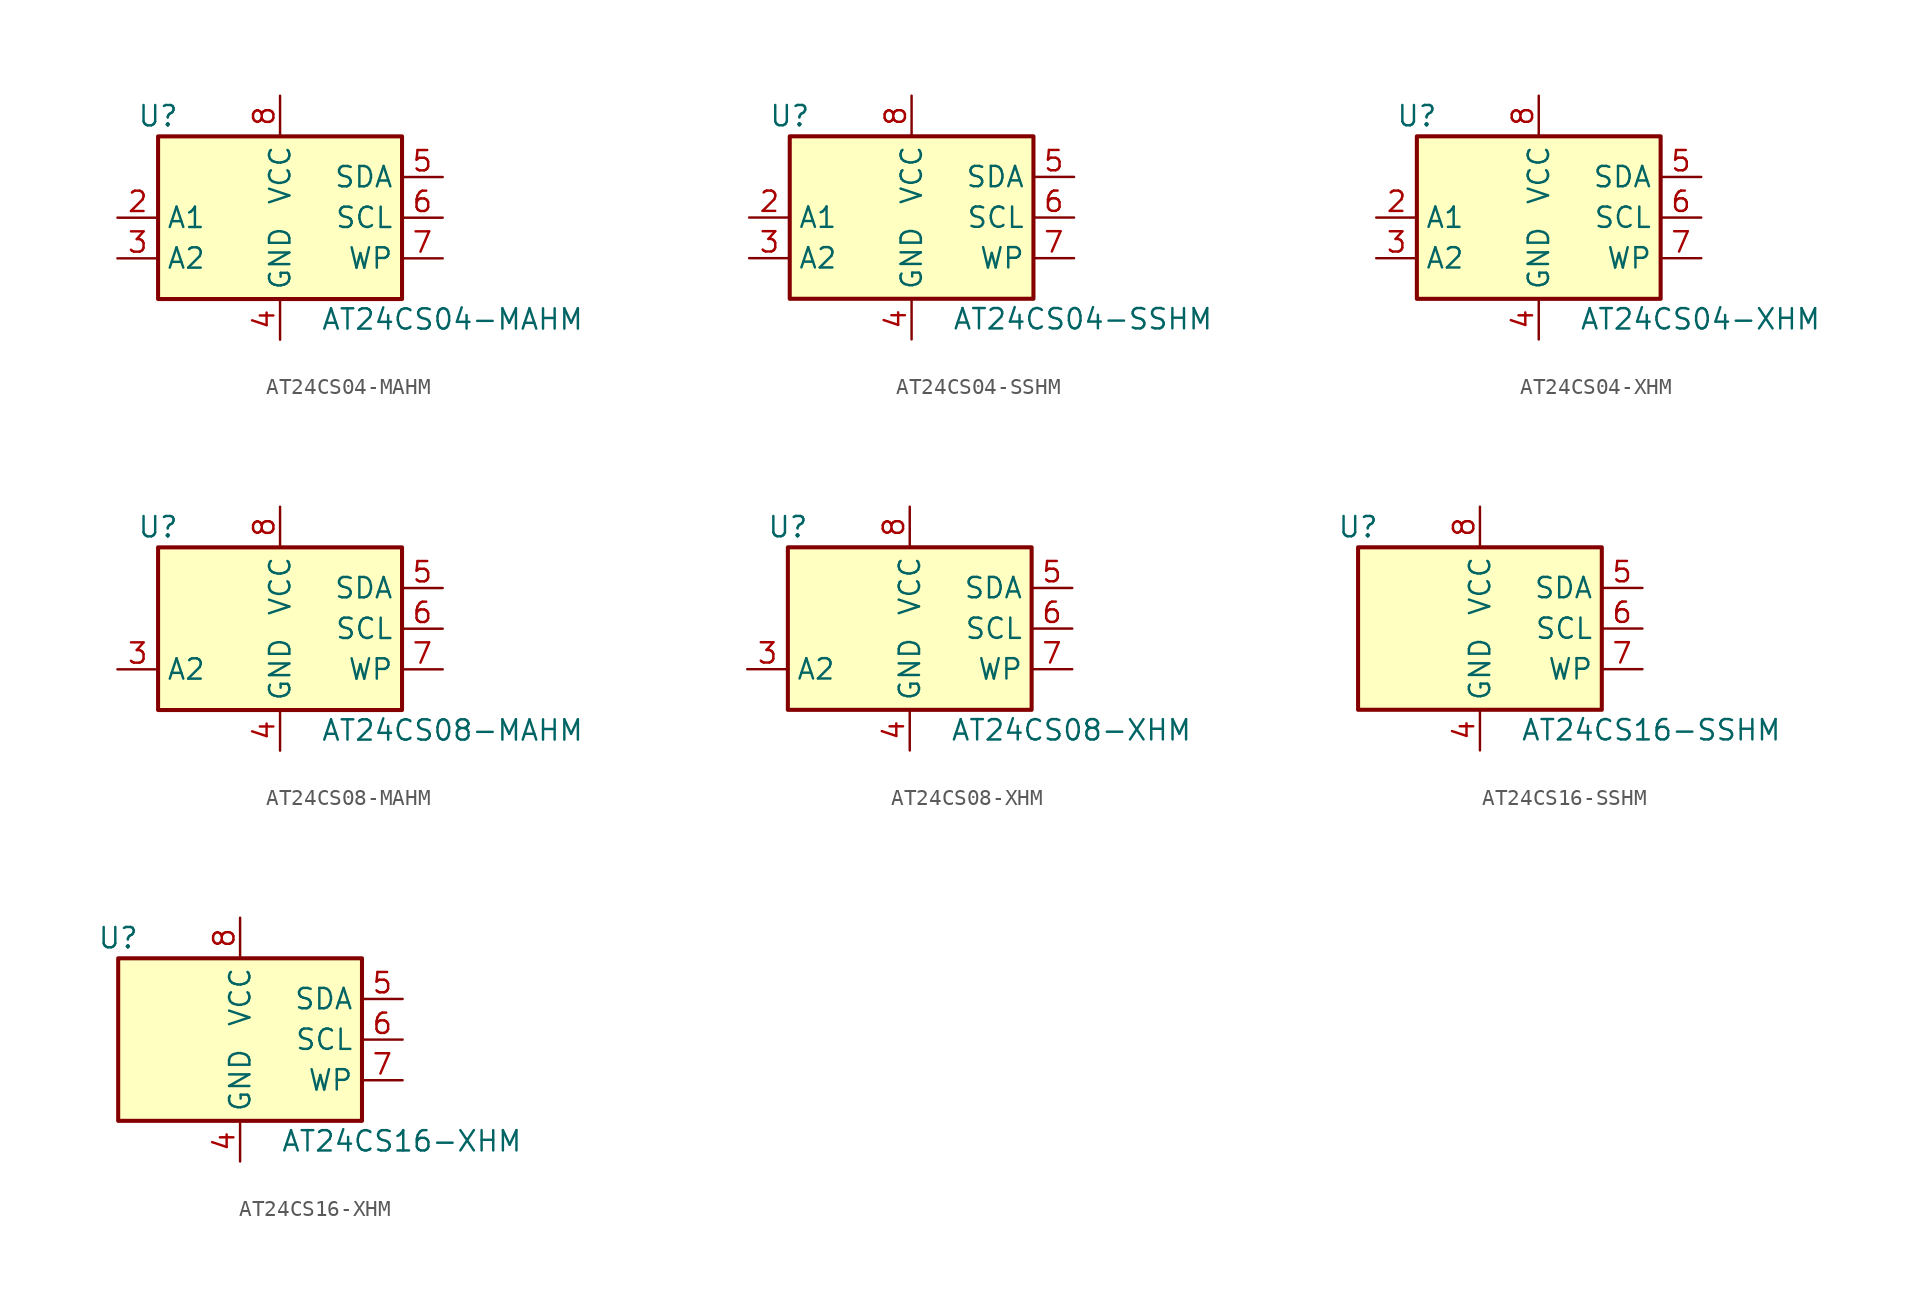
<source format=kicad_sym>
(kicad_symbol_lib
  (version 20211014)
  (generator kicad_symbol_editor)
  (symbol "AT24CS04-MAHM"
    (property "Reference" "U"
      (at -7.62 6.35 0)
      (effects (font (size 1.27 1.27))))
    (property "Value" "AT24CS04-MAHM"
      (at 2.54 -6.35 0)
      (effects (font (size 1.27 1.27)) (justify left)))
    (symbol "AT24CS04-MAHM_1_1"
      (rectangle (start -7.62 5.08) (end 7.62 -5.08) (stroke (width 0.254) (type default) (color 0 0 0 0)) (fill (type background)))
      (pin no_connect line (at -7.62 2.54 0) (length 2.54) hide (name "NC" (effects (font (size 1.27 1.27)))) (number "1" (effects (font (size 1.27 1.27)))))
      (pin input line (at -10.16 0 0) (length 2.54) (name "A1" (effects (font (size 1.27 1.27)))) (number "2" (effects (font (size 1.27 1.27)))))
      (pin input line (at -10.16 -2.54 0) (length 2.54) (name "A2" (effects (font (size 1.27 1.27)))) (number "3" (effects (font (size 1.27 1.27)))))
      (pin power_in line (at 0 -7.62 90) (length 2.54) (name "GND" (effects (font (size 1.27 1.27)))) (number "4" (effects (font (size 1.27 1.27)))))
      (pin bidirectional line (at 10.16 2.54 180) (length 2.54) (name "SDA" (effects (font (size 1.27 1.27)))) (number "5" (effects (font (size 1.27 1.27)))))
      (pin input line (at 10.16 0 180) (length 2.54) (name "SCL" (effects (font (size 1.27 1.27)))) (number "6" (effects (font (size 1.27 1.27)))))
      (pin input line (at 10.16 -2.54 180) (length 2.54) (name "WP" (effects (font (size 1.27 1.27)))) (number "7" (effects (font (size 1.27 1.27)))))
      (pin power_in line (at 0 7.62 270) (length 2.54) (name "VCC" (effects (font (size 1.27 1.27)))) (number "8" (effects (font (size 1.27 1.27)))))
      (pin no_connect line (at -2.54 -5.08 90) (length 2.54) hide (name "NC" (effects (font (size 1.27 1.27)))) (number "9" (effects (font (size 1.27 1.27)))))))
  (symbol "AT24CS04-SSHM"
    (property "Reference" "U"
      (at -7.62 6.35 0)
      (effects (font (size 1.27 1.27))))
    (property "Value" "AT24CS04-SSHM"
      (at 2.54 -6.35 0)
      (effects (font (size 1.27 1.27)) (justify left)))
    (symbol "AT24CS04-SSHM_1_1"
      (rectangle (start -7.62 5.08) (end 7.62 -5.08) (stroke (width 0.254) (type default) (color 0 0 0 0)) (fill (type background)))
      (pin no_connect line (at -7.62 2.54 0) (length 2.54) hide (name "NC" (effects (font (size 1.27 1.27)))) (number "1" (effects (font (size 1.27 1.27)))))
      (pin input line (at -10.16 0 0) (length 2.54) (name "A1" (effects (font (size 1.27 1.27)))) (number "2" (effects (font (size 1.27 1.27)))))
      (pin input line (at -10.16 -2.54 0) (length 2.54) (name "A2" (effects (font (size 1.27 1.27)))) (number "3" (effects (font (size 1.27 1.27)))))
      (pin power_in line (at 0 -7.62 90) (length 2.54) (name "GND" (effects (font (size 1.27 1.27)))) (number "4" (effects (font (size 1.27 1.27)))))
      (pin bidirectional line (at 10.16 2.54 180) (length 2.54) (name "SDA" (effects (font (size 1.27 1.27)))) (number "5" (effects (font (size 1.27 1.27)))))
      (pin input line (at 10.16 0 180) (length 2.54) (name "SCL" (effects (font (size 1.27 1.27)))) (number "6" (effects (font (size 1.27 1.27)))))
      (pin input line (at 10.16 -2.54 180) (length 2.54) (name "WP" (effects (font (size 1.27 1.27)))) (number "7" (effects (font (size 1.27 1.27)))))
      (pin power_in line (at 0 7.62 270) (length 2.54) (name "VCC" (effects (font (size 1.27 1.27)))) (number "8" (effects (font (size 1.27 1.27)))))))
  (symbol "AT24CS04-XHM"
    (property "Reference" "U"
      (at -7.62 6.35 0)
      (effects (font (size 1.27 1.27))))
    (property "Value" "AT24CS04-XHM"
      (at 2.54 -6.35 0)
      (effects (font (size 1.27 1.27)) (justify left)))
    (symbol "AT24CS04-XHM_1_1"
      (rectangle (start -7.62 5.08) (end 7.62 -5.08) (stroke (width 0.254) (type default) (color 0 0 0 0)) (fill (type background)))
      (pin no_connect line (at -7.62 2.54 0) (length 2.54) hide (name "NC" (effects (font (size 1.27 1.27)))) (number "1" (effects (font (size 1.27 1.27)))))
      (pin input line (at -10.16 0 0) (length 2.54) (name "A1" (effects (font (size 1.27 1.27)))) (number "2" (effects (font (size 1.27 1.27)))))
      (pin input line (at -10.16 -2.54 0) (length 2.54) (name "A2" (effects (font (size 1.27 1.27)))) (number "3" (effects (font (size 1.27 1.27)))))
      (pin power_in line (at 0 -7.62 90) (length 2.54) (name "GND" (effects (font (size 1.27 1.27)))) (number "4" (effects (font (size 1.27 1.27)))))
      (pin bidirectional line (at 10.16 2.54 180) (length 2.54) (name "SDA" (effects (font (size 1.27 1.27)))) (number "5" (effects (font (size 1.27 1.27)))))
      (pin input line (at 10.16 0 180) (length 2.54) (name "SCL" (effects (font (size 1.27 1.27)))) (number "6" (effects (font (size 1.27 1.27)))))
      (pin input line (at 10.16 -2.54 180) (length 2.54) (name "WP" (effects (font (size 1.27 1.27)))) (number "7" (effects (font (size 1.27 1.27)))))
      (pin power_in line (at 0 7.62 270) (length 2.54) (name "VCC" (effects (font (size 1.27 1.27)))) (number "8" (effects (font (size 1.27 1.27)))))))
  (symbol "AT24CS08-MAHM"
    (property "Reference" "U"
      (at -7.62 6.35 0)
      (effects (font (size 1.27 1.27))))
    (property "Value" "AT24CS08-MAHM"
      (at 2.54 -6.35 0)
      (effects (font (size 1.27 1.27)) (justify left)))
    (symbol "AT24CS08-MAHM_1_1"
      (rectangle (start -7.62 5.08) (end 7.62 -5.08) (stroke (width 0.254) (type default) (color 0 0 0 0)) (fill (type background)))
      (pin no_connect line (at -7.62 2.54 0) (length 2.54) hide (name "NC" (effects (font (size 1.27 1.27)))) (number "1" (effects (font (size 1.27 1.27)))))
      (pin no_connect line (at -7.62 0 0) (length 2.54) hide (name "NC" (effects (font (size 1.27 1.27)))) (number "2" (effects (font (size 1.27 1.27)))))
      (pin input line (at -10.16 -2.54 0) (length 2.54) (name "A2" (effects (font (size 1.27 1.27)))) (number "3" (effects (font (size 1.27 1.27)))))
      (pin power_in line (at 0 -7.62 90) (length 2.54) (name "GND" (effects (font (size 1.27 1.27)))) (number "4" (effects (font (size 1.27 1.27)))))
      (pin bidirectional line (at 10.16 2.54 180) (length 2.54) (name "SDA" (effects (font (size 1.27 1.27)))) (number "5" (effects (font (size 1.27 1.27)))))
      (pin input line (at 10.16 0 180) (length 2.54) (name "SCL" (effects (font (size 1.27 1.27)))) (number "6" (effects (font (size 1.27 1.27)))))
      (pin input line (at 10.16 -2.54 180) (length 2.54) (name "WP" (effects (font (size 1.27 1.27)))) (number "7" (effects (font (size 1.27 1.27)))))
      (pin power_in line (at 0 7.62 270) (length 2.54) (name "VCC" (effects (font (size 1.27 1.27)))) (number "8" (effects (font (size 1.27 1.27)))))
      (pin no_connect line (at -2.54 -5.08 90) (length 2.54) hide (name "NC" (effects (font (size 1.27 1.27)))) (number "9" (effects (font (size 1.27 1.27)))))))
  (symbol "AT24CS08-XHM"
    (property "Reference" "U"
      (at -7.62 6.35 0)
      (effects (font (size 1.27 1.27))))
    (property "Value" "AT24CS08-XHM"
      (at 2.54 -6.35 0)
      (effects (font (size 1.27 1.27)) (justify left)))
    (symbol "AT24CS08-XHM_1_1"
      (rectangle (start -7.62 5.08) (end 7.62 -5.08) (stroke (width 0.254) (type default) (color 0 0 0 0)) (fill (type background)))
      (pin no_connect line (at -7.62 2.54 0) (length 2.54) hide (name "NC" (effects (font (size 1.27 1.27)))) (number "1" (effects (font (size 1.27 1.27)))))
      (pin no_connect line (at -7.62 0 0) (length 2.54) hide (name "NC" (effects (font (size 1.27 1.27)))) (number "2" (effects (font (size 1.27 1.27)))))
      (pin input line (at -10.16 -2.54 0) (length 2.54) (name "A2" (effects (font (size 1.27 1.27)))) (number "3" (effects (font (size 1.27 1.27)))))
      (pin power_in line (at 0 -7.62 90) (length 2.54) (name "GND" (effects (font (size 1.27 1.27)))) (number "4" (effects (font (size 1.27 1.27)))))
      (pin bidirectional line (at 10.16 2.54 180) (length 2.54) (name "SDA" (effects (font (size 1.27 1.27)))) (number "5" (effects (font (size 1.27 1.27)))))
      (pin input line (at 10.16 0 180) (length 2.54) (name "SCL" (effects (font (size 1.27 1.27)))) (number "6" (effects (font (size 1.27 1.27)))))
      (pin input line (at 10.16 -2.54 180) (length 2.54) (name "WP" (effects (font (size 1.27 1.27)))) (number "7" (effects (font (size 1.27 1.27)))))
      (pin power_in line (at 0 7.62 270) (length 2.54) (name "VCC" (effects (font (size 1.27 1.27)))) (number "8" (effects (font (size 1.27 1.27)))))))
  (symbol "AT24CS16-SSHM"
    (property "Reference" "U"
      (at -7.62 6.35 0)
      (effects (font (size 1.27 1.27))))
    (property "Value" "AT24CS16-SSHM"
      (at 2.54 -6.35 0)
      (effects (font (size 1.27 1.27)) (justify left)))
    (symbol "AT24CS16-SSHM_1_1"
      (rectangle (start -7.62 5.08) (end 7.62 -5.08) (stroke (width 0.254) (type default) (color 0 0 0 0)) (fill (type background)))
      (pin no_connect line (at -7.62 2.54 0) (length 2.54) hide (name "NC" (effects (font (size 1.27 1.27)))) (number "1" (effects (font (size 1.27 1.27)))))
      (pin no_connect line (at -7.62 0 0) (length 2.54) hide (name "NC" (effects (font (size 1.27 1.27)))) (number "2" (effects (font (size 1.27 1.27)))))
      (pin no_connect line (at -7.62 -2.54 0) (length 2.54) hide (name "NC" (effects (font (size 1.27 1.27)))) (number "3" (effects (font (size 1.27 1.27)))))
      (pin power_in line (at 0 -7.62 90) (length 2.54) (name "GND" (effects (font (size 1.27 1.27)))) (number "4" (effects (font (size 1.27 1.27)))))
      (pin bidirectional line (at 10.16 2.54 180) (length 2.54) (name "SDA" (effects (font (size 1.27 1.27)))) (number "5" (effects (font (size 1.27 1.27)))))
      (pin input line (at 10.16 0 180) (length 2.54) (name "SCL" (effects (font (size 1.27 1.27)))) (number "6" (effects (font (size 1.27 1.27)))))
      (pin input line (at 10.16 -2.54 180) (length 2.54) (name "WP" (effects (font (size 1.27 1.27)))) (number "7" (effects (font (size 1.27 1.27)))))
      (pin power_in line (at 0 7.62 270) (length 2.54) (name "VCC" (effects (font (size 1.27 1.27)))) (number "8" (effects (font (size 1.27 1.27)))))))
  (symbol "AT24CS16-XHM"
    (property "Reference" "U"
      (at -7.62 6.35 0)
      (effects (font (size 1.27 1.27))))
    (property "Value" "AT24CS16-XHM"
      (at 2.54 -6.35 0)
      (effects (font (size 1.27 1.27)) (justify left)))
    (symbol "AT24CS16-XHM_1_1"
      (rectangle (start -7.62 5.08) (end 7.62 -5.08) (stroke (width 0.254) (type default) (color 0 0 0 0)) (fill (type background)))
      (pin no_connect line (at -7.62 2.54 0) (length 2.54) hide (name "NC" (effects (font (size 1.27 1.27)))) (number "1" (effects (font (size 1.27 1.27)))))
      (pin no_connect line (at -7.62 0 0) (length 2.54) hide (name "NC" (effects (font (size 1.27 1.27)))) (number "2" (effects (font (size 1.27 1.27)))))
      (pin no_connect line (at -7.62 -2.54 0) (length 2.54) hide (name "NC" (effects (font (size 1.27 1.27)))) (number "3" (effects (font (size 1.27 1.27)))))
      (pin power_in line (at 0 -7.62 90) (length 2.54) (name "GND" (effects (font (size 1.27 1.27)))) (number "4" (effects (font (size 1.27 1.27)))))
      (pin bidirectional line (at 10.16 2.54 180) (length 2.54) (name "SDA" (effects (font (size 1.27 1.27)))) (number "5" (effects (font (size 1.27 1.27)))))
      (pin input line (at 10.16 0 180) (length 2.54) (name "SCL" (effects (font (size 1.27 1.27)))) (number "6" (effects (font (size 1.27 1.27)))))
      (pin input line (at 10.16 -2.54 180) (length 2.54) (name "WP" (effects (font (size 1.27 1.27)))) (number "7" (effects (font (size 1.27 1.27)))))
      (pin power_in line (at 0 7.62 270) (length 2.54) (name "VCC" (effects (font (size 1.27 1.27)))) (number "8" (effects (font (size 1.27 1.27))))))))
</source>
